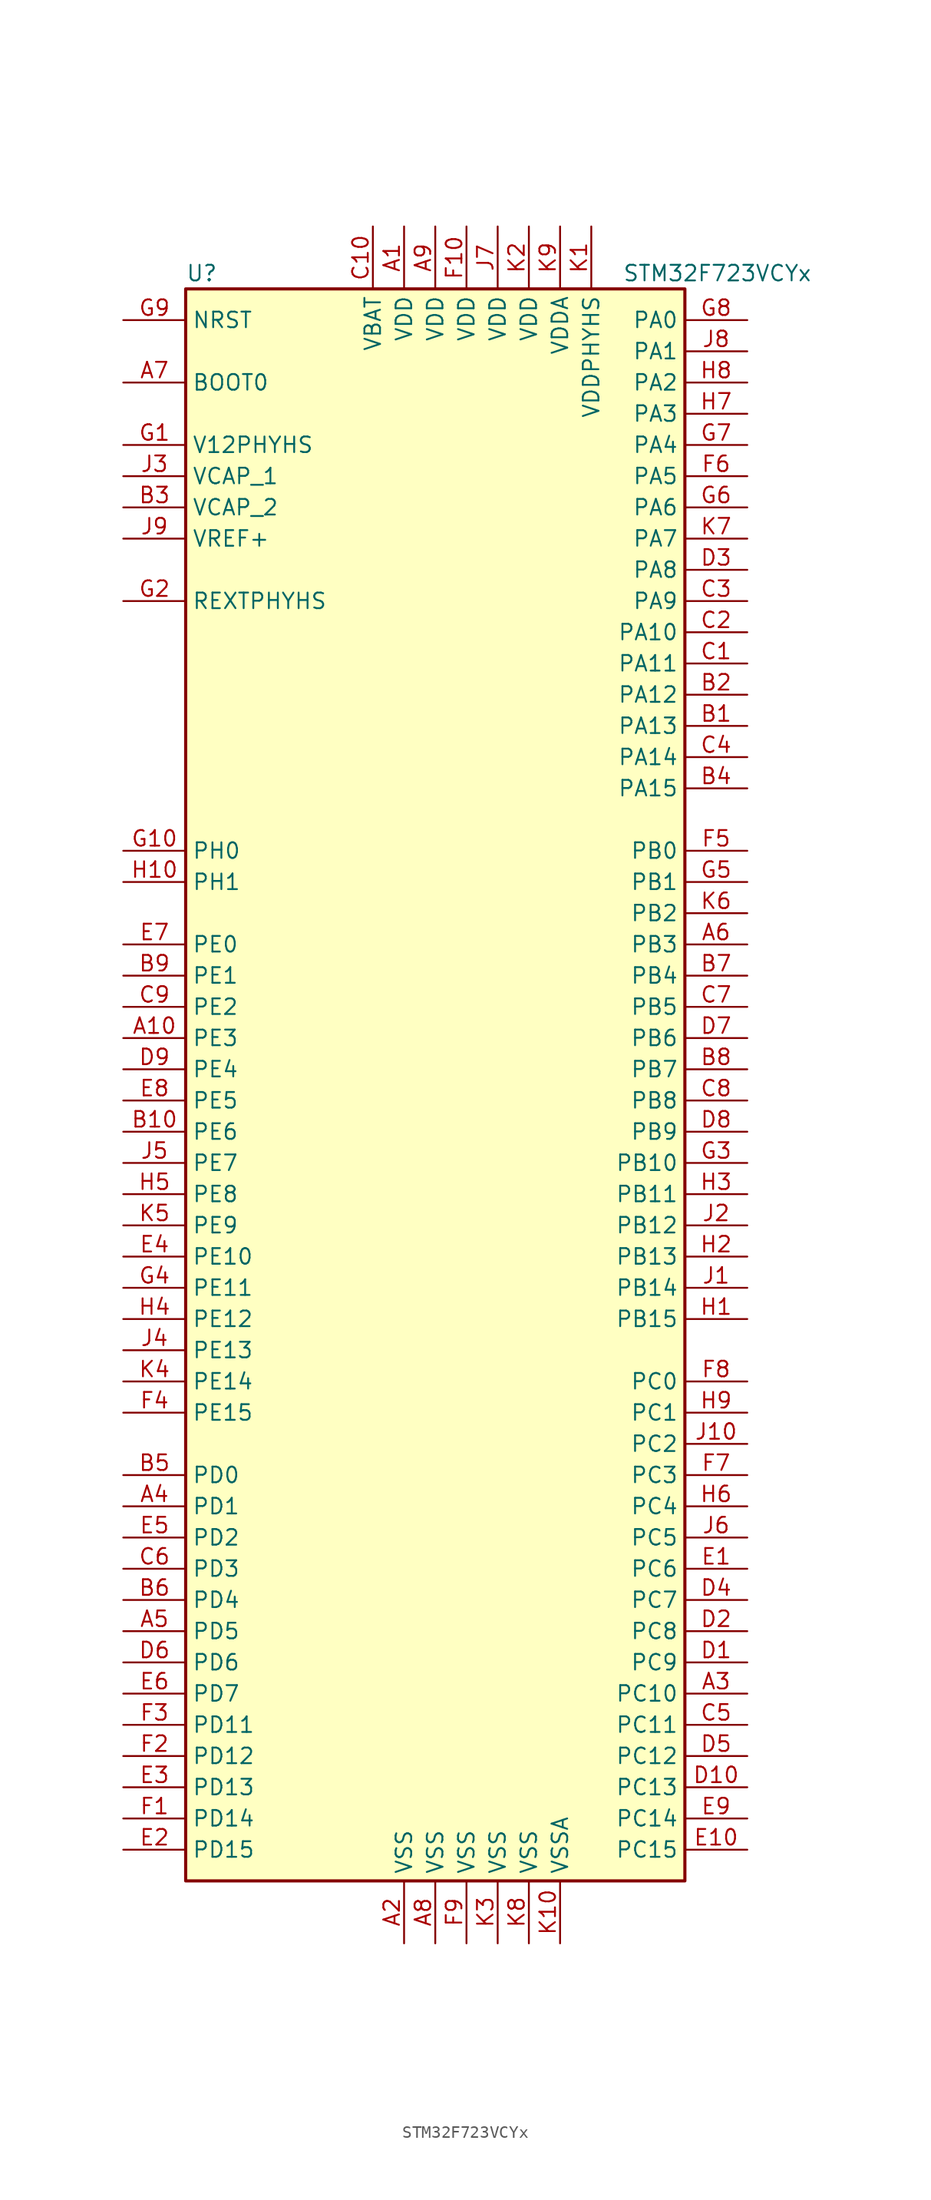
<source format=kicad_sym>
(kicad_symbol_lib
  (version 20220914)
  (generator kicad_symbol_editor)
  (symbol "STM32F723VCYx"
    (property "Reference" "U"
      (at -20.32 64.77 0)
      (effects (font (size 1.27 1.27)) (justify left)))
    (property "Value" "STM32F723VCYx"
      (at 15.24 64.77 0)
      (effects (font (size 1.27 1.27)) (justify left)))
    (symbol "STM32F723VCYx_0_1"
      (rectangle (start -20.32 -66.04) (end 20.32 63.5) (stroke (width 0.254) (type default)) (fill (type background))))
    (symbol "STM32F723VCYx_1_1"
      (pin power_in line (at -2.54 68.58 270) (length 5.08) (name "VDD" (effects (font (size 1.27 1.27)))) (number "A1" (effects (font (size 1.27 1.27)))))
      (pin bidirectional line (at -25.4 2.54 0) (length 5.08) (name "PE3" (effects (font (size 1.27 1.27)))) (number "A10" (effects (font (size 1.27 1.27)))))
      (pin power_in line (at -2.54 -71.12 90) (length 5.08) (name "VSS" (effects (font (size 1.27 1.27)))) (number "A2" (effects (font (size 1.27 1.27)))))
      (pin bidirectional line (at 25.4 -50.8 180) (length 5.08) (name "PC10" (effects (font (size 1.27 1.27)))) (number "A3" (effects (font (size 1.27 1.27)))))
      (pin bidirectional line (at -25.4 -35.56 0) (length 5.08) (name "PD1" (effects (font (size 1.27 1.27)))) (number "A4" (effects (font (size 1.27 1.27)))))
      (pin bidirectional line (at -25.4 -45.72 0) (length 5.08) (name "PD5" (effects (font (size 1.27 1.27)))) (number "A5" (effects (font (size 1.27 1.27)))))
      (pin bidirectional line (at 25.4 10.16 180) (length 5.08) (name "PB3" (effects (font (size 1.27 1.27)))) (number "A6" (effects (font (size 1.27 1.27)))))
      (pin input line (at -25.4 55.88 0) (length 5.08) (name "BOOT0" (effects (font (size 1.27 1.27)))) (number "A7" (effects (font (size 1.27 1.27)))))
      (pin power_in line (at 0 -71.12 90) (length 5.08) (name "VSS" (effects (font (size 1.27 1.27)))) (number "A8" (effects (font (size 1.27 1.27)))))
      (pin power_in line (at 0 68.58 270) (length 5.08) (name "VDD" (effects (font (size 1.27 1.27)))) (number "A9" (effects (font (size 1.27 1.27)))))
      (pin bidirectional line (at 25.4 27.94 180) (length 5.08) (name "PA13" (effects (font (size 1.27 1.27)))) (number "B1" (effects (font (size 1.27 1.27)))))
      (pin bidirectional line (at -25.4 -5.08 0) (length 5.08) (name "PE6" (effects (font (size 1.27 1.27)))) (number "B10" (effects (font (size 1.27 1.27)))))
      (pin bidirectional line (at 25.4 30.48 180) (length 5.08) (name "PA12" (effects (font (size 1.27 1.27)))) (number "B2" (effects (font (size 1.27 1.27)))))
      (pin power_in line (at -25.4 45.72 0) (length 5.08) (name "VCAP_2" (effects (font (size 1.27 1.27)))) (number "B3" (effects (font (size 1.27 1.27)))))
      (pin bidirectional line (at 25.4 22.86 180) (length 5.08) (name "PA15" (effects (font (size 1.27 1.27)))) (number "B4" (effects (font (size 1.27 1.27)))))
      (pin bidirectional line (at -25.4 -33.02 0) (length 5.08) (name "PD0" (effects (font (size 1.27 1.27)))) (number "B5" (effects (font (size 1.27 1.27)))))
      (pin bidirectional line (at -25.4 -43.18 0) (length 5.08) (name "PD4" (effects (font (size 1.27 1.27)))) (number "B6" (effects (font (size 1.27 1.27)))))
      (pin bidirectional line (at 25.4 7.62 180) (length 5.08) (name "PB4" (effects (font (size 1.27 1.27)))) (number "B7" (effects (font (size 1.27 1.27)))))
      (pin bidirectional line (at 25.4 0 180) (length 5.08) (name "PB7" (effects (font (size 1.27 1.27)))) (number "B8" (effects (font (size 1.27 1.27)))))
      (pin bidirectional line (at -25.4 7.62 0) (length 5.08) (name "PE1" (effects (font (size 1.27 1.27)))) (number "B9" (effects (font (size 1.27 1.27)))))
      (pin bidirectional line (at 25.4 33.02 180) (length 5.08) (name "PA11" (effects (font (size 1.27 1.27)))) (number "C1" (effects (font (size 1.27 1.27)))))
      (pin power_in line (at -5.08 68.58 270) (length 5.08) (name "VBAT" (effects (font (size 1.27 1.27)))) (number "C10" (effects (font (size 1.27 1.27)))))
      (pin bidirectional line (at 25.4 35.56 180) (length 5.08) (name "PA10" (effects (font (size 1.27 1.27)))) (number "C2" (effects (font (size 1.27 1.27)))))
      (pin bidirectional line (at 25.4 38.1 180) (length 5.08) (name "PA9" (effects (font (size 1.27 1.27)))) (number "C3" (effects (font (size 1.27 1.27)))))
      (pin bidirectional line (at 25.4 25.4 180) (length 5.08) (name "PA14" (effects (font (size 1.27 1.27)))) (number "C4" (effects (font (size 1.27 1.27)))))
      (pin bidirectional line (at 25.4 -53.34 180) (length 5.08) (name "PC11" (effects (font (size 1.27 1.27)))) (number "C5" (effects (font (size 1.27 1.27)))))
      (pin bidirectional line (at -25.4 -40.64 0) (length 5.08) (name "PD3" (effects (font (size 1.27 1.27)))) (number "C6" (effects (font (size 1.27 1.27)))))
      (pin bidirectional line (at 25.4 5.08 180) (length 5.08) (name "PB5" (effects (font (size 1.27 1.27)))) (number "C7" (effects (font (size 1.27 1.27)))))
      (pin bidirectional line (at 25.4 -2.54 180) (length 5.08) (name "PB8" (effects (font (size 1.27 1.27)))) (number "C8" (effects (font (size 1.27 1.27)))))
      (pin bidirectional line (at -25.4 5.08 0) (length 5.08) (name "PE2" (effects (font (size 1.27 1.27)))) (number "C9" (effects (font (size 1.27 1.27)))))
      (pin bidirectional line (at 25.4 -48.26 180) (length 5.08) (name "PC9" (effects (font (size 1.27 1.27)))) (number "D1" (effects (font (size 1.27 1.27)))))
      (pin bidirectional line (at 25.4 -58.42 180) (length 5.08) (name "PC13" (effects (font (size 1.27 1.27)))) (number "D10" (effects (font (size 1.27 1.27)))))
      (pin bidirectional line (at 25.4 -45.72 180) (length 5.08) (name "PC8" (effects (font (size 1.27 1.27)))) (number "D2" (effects (font (size 1.27 1.27)))))
      (pin bidirectional line (at 25.4 40.64 180) (length 5.08) (name "PA8" (effects (font (size 1.27 1.27)))) (number "D3" (effects (font (size 1.27 1.27)))))
      (pin bidirectional line (at 25.4 -43.18 180) (length 5.08) (name "PC7" (effects (font (size 1.27 1.27)))) (number "D4" (effects (font (size 1.27 1.27)))))
      (pin bidirectional line (at 25.4 -55.88 180) (length 5.08) (name "PC12" (effects (font (size 1.27 1.27)))) (number "D5" (effects (font (size 1.27 1.27)))))
      (pin bidirectional line (at -25.4 -48.26 0) (length 5.08) (name "PD6" (effects (font (size 1.27 1.27)))) (number "D6" (effects (font (size 1.27 1.27)))))
      (pin bidirectional line (at 25.4 2.54 180) (length 5.08) (name "PB6" (effects (font (size 1.27 1.27)))) (number "D7" (effects (font (size 1.27 1.27)))))
      (pin bidirectional line (at 25.4 -5.08 180) (length 5.08) (name "PB9" (effects (font (size 1.27 1.27)))) (number "D8" (effects (font (size 1.27 1.27)))))
      (pin bidirectional line (at -25.4 0 0) (length 5.08) (name "PE4" (effects (font (size 1.27 1.27)))) (number "D9" (effects (font (size 1.27 1.27)))))
      (pin bidirectional line (at 25.4 -40.64 180) (length 5.08) (name "PC6" (effects (font (size 1.27 1.27)))) (number "E1" (effects (font (size 1.27 1.27)))))
      (pin bidirectional line (at 25.4 -63.5 180) (length 5.08) (name "PC15" (effects (font (size 1.27 1.27)))) (number "E10" (effects (font (size 1.27 1.27)))))
      (pin bidirectional line (at -25.4 -63.5 0) (length 5.08) (name "PD15" (effects (font (size 1.27 1.27)))) (number "E2" (effects (font (size 1.27 1.27)))))
      (pin bidirectional line (at -25.4 -58.42 0) (length 5.08) (name "PD13" (effects (font (size 1.27 1.27)))) (number "E3" (effects (font (size 1.27 1.27)))))
      (pin bidirectional line (at -25.4 -15.24 0) (length 5.08) (name "PE10" (effects (font (size 1.27 1.27)))) (number "E4" (effects (font (size 1.27 1.27)))))
      (pin bidirectional line (at -25.4 -38.1 0) (length 5.08) (name "PD2" (effects (font (size 1.27 1.27)))) (number "E5" (effects (font (size 1.27 1.27)))))
      (pin bidirectional line (at -25.4 -50.8 0) (length 5.08) (name "PD7" (effects (font (size 1.27 1.27)))) (number "E6" (effects (font (size 1.27 1.27)))))
      (pin bidirectional line (at -25.4 10.16 0) (length 5.08) (name "PE0" (effects (font (size 1.27 1.27)))) (number "E7" (effects (font (size 1.27 1.27)))))
      (pin bidirectional line (at -25.4 -2.54 0) (length 5.08) (name "PE5" (effects (font (size 1.27 1.27)))) (number "E8" (effects (font (size 1.27 1.27)))))
      (pin bidirectional line (at 25.4 -60.96 180) (length 5.08) (name "PC14" (effects (font (size 1.27 1.27)))) (number "E9" (effects (font (size 1.27 1.27)))))
      (pin bidirectional line (at -25.4 -60.96 0) (length 5.08) (name "PD14" (effects (font (size 1.27 1.27)))) (number "F1" (effects (font (size 1.27 1.27)))))
      (pin power_in line (at 2.54 68.58 270) (length 5.08) (name "VDD" (effects (font (size 1.27 1.27)))) (number "F10" (effects (font (size 1.27 1.27)))))
      (pin bidirectional line (at -25.4 -55.88 0) (length 5.08) (name "PD12" (effects (font (size 1.27 1.27)))) (number "F2" (effects (font (size 1.27 1.27)))))
      (pin bidirectional line (at -25.4 -53.34 0) (length 5.08) (name "PD11" (effects (font (size 1.27 1.27)))) (number "F3" (effects (font (size 1.27 1.27)))))
      (pin bidirectional line (at -25.4 -27.94 0) (length 5.08) (name "PE15" (effects (font (size 1.27 1.27)))) (number "F4" (effects (font (size 1.27 1.27)))))
      (pin bidirectional line (at 25.4 17.78 180) (length 5.08) (name "PB0" (effects (font (size 1.27 1.27)))) (number "F5" (effects (font (size 1.27 1.27)))))
      (pin bidirectional line (at 25.4 48.26 180) (length 5.08) (name "PA5" (effects (font (size 1.27 1.27)))) (number "F6" (effects (font (size 1.27 1.27)))))
      (pin bidirectional line (at 25.4 -33.02 180) (length 5.08) (name "PC3" (effects (font (size 1.27 1.27)))) (number "F7" (effects (font (size 1.27 1.27)))))
      (pin bidirectional line (at 25.4 -25.4 180) (length 5.08) (name "PC0" (effects (font (size 1.27 1.27)))) (number "F8" (effects (font (size 1.27 1.27)))))
      (pin power_in line (at 2.54 -71.12 90) (length 5.08) (name "VSS" (effects (font (size 1.27 1.27)))) (number "F9" (effects (font (size 1.27 1.27)))))
      (pin power_in line (at -25.4 50.8 0) (length 5.08) (name "V12PHYHS" (effects (font (size 1.27 1.27)))) (number "G1" (effects (font (size 1.27 1.27)))))
      (pin input line (at -25.4 17.78 0) (length 5.08) (name "PH0" (effects (font (size 1.27 1.27)))) (number "G10" (effects (font (size 1.27 1.27)))))
      (pin bidirectional line (at -25.4 38.1 0) (length 5.08) (name "REXTPHYHS" (effects (font (size 1.27 1.27)))) (number "G2" (effects (font (size 1.27 1.27)))))
      (pin bidirectional line (at 25.4 -7.62 180) (length 5.08) (name "PB10" (effects (font (size 1.27 1.27)))) (number "G3" (effects (font (size 1.27 1.27)))))
      (pin bidirectional line (at -25.4 -17.78 0) (length 5.08) (name "PE11" (effects (font (size 1.27 1.27)))) (number "G4" (effects (font (size 1.27 1.27)))))
      (pin bidirectional line (at 25.4 15.24 180) (length 5.08) (name "PB1" (effects (font (size 1.27 1.27)))) (number "G5" (effects (font (size 1.27 1.27)))))
      (pin bidirectional line (at 25.4 45.72 180) (length 5.08) (name "PA6" (effects (font (size 1.27 1.27)))) (number "G6" (effects (font (size 1.27 1.27)))))
      (pin bidirectional line (at 25.4 50.8 180) (length 5.08) (name "PA4" (effects (font (size 1.27 1.27)))) (number "G7" (effects (font (size 1.27 1.27)))))
      (pin bidirectional line (at 25.4 60.96 180) (length 5.08) (name "PA0" (effects (font (size 1.27 1.27)))) (number "G8" (effects (font (size 1.27 1.27)))))
      (pin input line (at -25.4 60.96 0) (length 5.08) (name "NRST" (effects (font (size 1.27 1.27)))) (number "G9" (effects (font (size 1.27 1.27)))))
      (pin bidirectional line (at 25.4 -20.32 180) (length 5.08) (name "PB15" (effects (font (size 1.27 1.27)))) (number "H1" (effects (font (size 1.27 1.27)))))
      (pin input line (at -25.4 15.24 0) (length 5.08) (name "PH1" (effects (font (size 1.27 1.27)))) (number "H10" (effects (font (size 1.27 1.27)))))
      (pin bidirectional line (at 25.4 -15.24 180) (length 5.08) (name "PB13" (effects (font (size 1.27 1.27)))) (number "H2" (effects (font (size 1.27 1.27)))))
      (pin bidirectional line (at 25.4 -10.16 180) (length 5.08) (name "PB11" (effects (font (size 1.27 1.27)))) (number "H3" (effects (font (size 1.27 1.27)))))
      (pin bidirectional line (at -25.4 -20.32 0) (length 5.08) (name "PE12" (effects (font (size 1.27 1.27)))) (number "H4" (effects (font (size 1.27 1.27)))))
      (pin bidirectional line (at -25.4 -10.16 0) (length 5.08) (name "PE8" (effects (font (size 1.27 1.27)))) (number "H5" (effects (font (size 1.27 1.27)))))
      (pin bidirectional line (at 25.4 -35.56 180) (length 5.08) (name "PC4" (effects (font (size 1.27 1.27)))) (number "H6" (effects (font (size 1.27 1.27)))))
      (pin bidirectional line (at 25.4 53.34 180) (length 5.08) (name "PA3" (effects (font (size 1.27 1.27)))) (number "H7" (effects (font (size 1.27 1.27)))))
      (pin bidirectional line (at 25.4 55.88 180) (length 5.08) (name "PA2" (effects (font (size 1.27 1.27)))) (number "H8" (effects (font (size 1.27 1.27)))))
      (pin bidirectional line (at 25.4 -27.94 180) (length 5.08) (name "PC1" (effects (font (size 1.27 1.27)))) (number "H9" (effects (font (size 1.27 1.27)))))
      (pin bidirectional line (at 25.4 -17.78 180) (length 5.08) (name "PB14" (effects (font (size 1.27 1.27)))) (number "J1" (effects (font (size 1.27 1.27)))))
      (pin bidirectional line (at 25.4 -30.48 180) (length 5.08) (name "PC2" (effects (font (size 1.27 1.27)))) (number "J10" (effects (font (size 1.27 1.27)))))
      (pin bidirectional line (at 25.4 -12.7 180) (length 5.08) (name "PB12" (effects (font (size 1.27 1.27)))) (number "J2" (effects (font (size 1.27 1.27)))))
      (pin power_in line (at -25.4 48.26 0) (length 5.08) (name "VCAP_1" (effects (font (size 1.27 1.27)))) (number "J3" (effects (font (size 1.27 1.27)))))
      (pin bidirectional line (at -25.4 -22.86 0) (length 5.08) (name "PE13" (effects (font (size 1.27 1.27)))) (number "J4" (effects (font (size 1.27 1.27)))))
      (pin bidirectional line (at -25.4 -7.62 0) (length 5.08) (name "PE7" (effects (font (size 1.27 1.27)))) (number "J5" (effects (font (size 1.27 1.27)))))
      (pin bidirectional line (at 25.4 -38.1 180) (length 5.08) (name "PC5" (effects (font (size 1.27 1.27)))) (number "J6" (effects (font (size 1.27 1.27)))))
      (pin power_in line (at 5.08 68.58 270) (length 5.08) (name "VDD" (effects (font (size 1.27 1.27)))) (number "J7" (effects (font (size 1.27 1.27)))))
      (pin bidirectional line (at 25.4 58.42 180) (length 5.08) (name "PA1" (effects (font (size 1.27 1.27)))) (number "J8" (effects (font (size 1.27 1.27)))))
      (pin power_in line (at -25.4 43.18 0) (length 5.08) (name "VREF+" (effects (font (size 1.27 1.27)))) (number "J9" (effects (font (size 1.27 1.27)))))
      (pin power_in line (at 12.7 68.58 270) (length 5.08) (name "VDDPHYHS" (effects (font (size 1.27 1.27)))) (number "K1" (effects (font (size 1.27 1.27)))))
      (pin power_in line (at 10.16 -71.12 90) (length 5.08) (name "VSSA" (effects (font (size 1.27 1.27)))) (number "K10" (effects (font (size 1.27 1.27)))))
      (pin power_in line (at 7.62 68.58 270) (length 5.08) (name "VDD" (effects (font (size 1.27 1.27)))) (number "K2" (effects (font (size 1.27 1.27)))))
      (pin power_in line (at 5.08 -71.12 90) (length 5.08) (name "VSS" (effects (font (size 1.27 1.27)))) (number "K3" (effects (font (size 1.27 1.27)))))
      (pin bidirectional line (at -25.4 -25.4 0) (length 5.08) (name "PE14" (effects (font (size 1.27 1.27)))) (number "K4" (effects (font (size 1.27 1.27)))))
      (pin bidirectional line (at -25.4 -12.7 0) (length 5.08) (name "PE9" (effects (font (size 1.27 1.27)))) (number "K5" (effects (font (size 1.27 1.27)))))
      (pin bidirectional line (at 25.4 12.7 180) (length 5.08) (name "PB2" (effects (font (size 1.27 1.27)))) (number "K6" (effects (font (size 1.27 1.27)))))
      (pin bidirectional line (at 25.4 43.18 180) (length 5.08) (name "PA7" (effects (font (size 1.27 1.27)))) (number "K7" (effects (font (size 1.27 1.27)))))
      (pin power_in line (at 7.62 -71.12 90) (length 5.08) (name "VSS" (effects (font (size 1.27 1.27)))) (number "K8" (effects (font (size 1.27 1.27)))))
      (pin power_in line (at 10.16 68.58 270) (length 5.08) (name "VDDA" (effects (font (size 1.27 1.27)))) (number "K9" (effects (font (size 1.27 1.27))))))))
</source>
